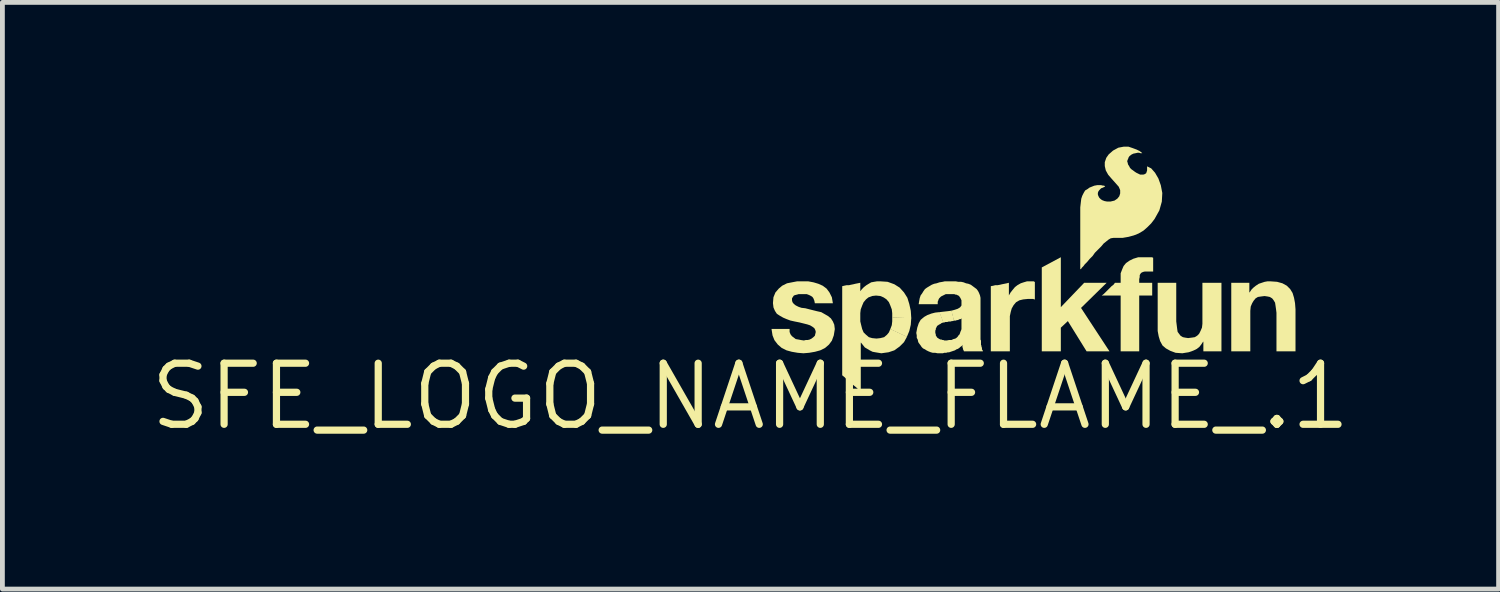
<source format=kicad_pcb>
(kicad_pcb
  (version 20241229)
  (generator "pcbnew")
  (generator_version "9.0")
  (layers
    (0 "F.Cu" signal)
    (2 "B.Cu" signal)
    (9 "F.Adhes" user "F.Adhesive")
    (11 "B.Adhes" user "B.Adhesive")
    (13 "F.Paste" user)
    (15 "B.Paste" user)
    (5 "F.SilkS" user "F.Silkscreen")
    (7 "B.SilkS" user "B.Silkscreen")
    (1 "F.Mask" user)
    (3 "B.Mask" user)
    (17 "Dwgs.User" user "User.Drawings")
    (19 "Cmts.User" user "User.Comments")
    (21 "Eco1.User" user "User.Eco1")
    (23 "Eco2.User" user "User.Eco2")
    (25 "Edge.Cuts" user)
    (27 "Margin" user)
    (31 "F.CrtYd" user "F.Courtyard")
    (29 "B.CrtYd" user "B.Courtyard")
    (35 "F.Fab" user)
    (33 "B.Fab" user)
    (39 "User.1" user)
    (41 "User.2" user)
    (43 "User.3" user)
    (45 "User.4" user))
  (footprint "SFE_LOGO_NAME_FLAME_.1"
    (layer "F.Cu")
    (at 12.556 5.193)
    (property "Reference" "SFE_LOGO_NAME_FLAME_.1" (at 0 0 0) (layer "F.SilkS") (effects (font (size 1.27 1.27) (thickness 0.15))))
    (fp_poly (pts (xy 3.343 -1.632) (xy 3.333 -1.49) (xy 3.302 -1.359) (xy 3.251 -1.237) (xy 2.907 -1.399) (xy 2.938 -1.481) (xy 2.947 -1.56) (xy 2.947 -1.643)) (stroke (width 0) (type default)) (fill yes) (layer "F.SilkS"))
    (fp_poly (pts (xy 6.453 -1.856) (xy 6.939 -2.363) (xy 7.406 -2.363) (xy 6.873 -1.84) (xy 7.465 -0.937) (xy 6.989 -0.937) (xy 6.599 -1.566) (xy 6.453 -1.429) (xy 6.453 -0.937) (xy 6.057 -0.937) (xy 6.057 -2.682) (xy 6.453 -2.894)) (stroke (width 0) (type default)) (fill yes) (layer "F.SilkS"))
    (fp_poly (pts (xy 4.233 -1.579) (xy 4.211 -1.567) (xy 4.19 -1.567) (xy 4.16 -1.557) (xy 4.12 -1.557) (xy 4.09 -1.547) (xy 4.051 -1.547) (xy 4.031 -1.537) (xy 4.008 -1.537) (xy 3.926 -1.752) (xy 4.02 -1.763) (xy 4.11 -1.773) (xy 4.182 -1.783)) (stroke (width 0) (type default)) (fill yes) (layer "F.SilkS"))
    (fp_poly (pts (xy 8.373 -2.882) (xy 8.373 -2.597) (xy 8.2 -2.597) (xy 8.161 -2.588) (xy 8.122 -2.568) (xy 8.102 -2.539) (xy 8.093 -2.519) (xy 8.093 -2.48) (xy 8.083 -2.44) (xy 8.083 -2.363) (xy 8.353 -2.363) (xy 8.353 -2.097) (xy 8.083 -2.097) (xy 8.083 -0.937) (xy 7.697 -0.937) (xy 7.697 -2.097) (xy 7.302 -2.097) (xy 7.348 -2.132) (xy 7.508 -2.292) (xy 7.548 -2.322) (xy 7.579 -2.363) (xy 7.697 -2.363) (xy 7.697 -2.56) (xy 7.728 -2.641) (xy 7.758 -2.711) (xy 7.808 -2.772) (xy 7.879 -2.822) (xy 7.959 -2.862) (xy 8.06 -2.893) (xy 8.351 -2.893)) (stroke (width 0) (type default)) (fill yes) (layer "F.SilkS"))
    (fp_poly (pts (xy 5.901 -2.383) (xy 5.913 -2.383) (xy 5.913 -2.017) (xy 5.899 -2.017) (xy 5.879 -2.027) (xy 5.77 -2.027) (xy 5.67 -2.017) (xy 5.591 -1.998) (xy 5.522 -1.958) (xy 5.472 -1.899) (xy 5.432 -1.829) (xy 5.412 -1.759) (xy 5.393 -1.67) (xy 5.393 -0.937) (xy 4.997 -0.937) (xy 4.997 -2.292) (xy 5.049 -2.302) (xy 5.09 -2.313) (xy 5.14 -2.313) (xy 5.189 -2.322) (xy 5.229 -2.332) (xy 5.28 -2.342) (xy 5.329 -2.352) (xy 5.373 -2.363) (xy 5.373 -2.1) (xy 5.408 -2.161) (xy 5.448 -2.212) (xy 5.498 -2.272) (xy 5.549 -2.312) (xy 5.619 -2.352) (xy 5.679 -2.372) (xy 5.75 -2.393) (xy 5.891 -2.393)) (stroke (width 0) (type default)) (fill yes) (layer "F.SilkS"))
    (fp_poly (pts (xy 8.853 -1.56) (xy 8.863 -1.48) (xy 8.873 -1.4) (xy 8.882 -1.341) (xy 8.912 -1.302) (xy 8.942 -1.262) (xy 8.991 -1.232) (xy 9.04 -1.222) (xy 9.1 -1.213) (xy 9.18 -1.223) (xy 9.239 -1.232) (xy 9.288 -1.262) (xy 9.328 -1.302) (xy 9.358 -1.361) (xy 9.388 -1.431) (xy 9.397 -1.51) (xy 9.397 -2.363) (xy 9.793 -2.363) (xy 9.793 -0.937) (xy 9.417 -0.937) (xy 9.417 -1.137) (xy 9.411 -1.137) (xy 9.372 -1.078) (xy 9.332 -1.028) (xy 9.281 -0.988) (xy 9.221 -0.958) (xy 9.171 -0.938) (xy 9.111 -0.918) (xy 9.04 -0.907) (xy 8.98 -0.897) (xy 8.839 -0.907) (xy 8.729 -0.948) (xy 8.639 -0.998) (xy 8.568 -1.058) (xy 8.518 -1.149) (xy 8.488 -1.249) (xy 8.467 -1.36) (xy 8.467 -2.363) (xy 8.853 -2.363)) (stroke (width 0) (type default)) (fill yes) (layer "F.SilkS"))
    (fp_poly (pts (xy 10.95 -2.383) (xy 11.061 -2.352) (xy 11.152 -2.302) (xy 11.222 -2.232) (xy 11.272 -2.151) (xy 11.302 -2.051) (xy 11.323 -1.94) (xy 11.333 -1.81) (xy 11.333 -0.937) (xy 10.937 -0.937) (xy 10.937 -1.74) (xy 10.927 -1.82) (xy 10.917 -1.89) (xy 10.908 -1.949) (xy 10.878 -1.999) (xy 10.848 -2.038) (xy 10.799 -2.068) (xy 10.75 -2.078) (xy 10.69 -2.087) (xy 10.61 -2.077) (xy 10.551 -2.068) (xy 10.502 -2.038) (xy 10.462 -1.989) (xy 10.432 -1.939) (xy 10.402 -1.869) (xy 10.393 -1.78) (xy 10.393 -0.937) (xy 9.997 -0.937) (xy 9.997 -2.363) (xy 10.373 -2.363) (xy 10.373 -2.163) (xy 10.379 -2.163) (xy 10.418 -2.222) (xy 10.458 -2.262) (xy 10.508 -2.302) (xy 10.569 -2.342) (xy 10.629 -2.362) (xy 10.689 -2.382) (xy 10.75 -2.393) (xy 10.81 -2.393)) (stroke (width 0) (type default)) (fill yes) (layer "F.SilkS"))
    (fp_poly (pts (xy 2.851 -2.383) (xy 2.991 -2.332) (xy 3.102 -2.262) (xy 3.192 -2.162) (xy 3.262 -2.051) (xy 3.302 -1.921) (xy 3.333 -1.78) (xy 3.343 -1.627) (xy 2.947 -1.638) (xy 2.947 -1.73) (xy 2.938 -1.809) (xy 2.908 -1.889) (xy 2.878 -1.959) (xy 2.828 -2.018) (xy 2.769 -2.058) (xy 2.699 -2.088) (xy 2.61 -2.097) (xy 2.531 -2.088) (xy 2.451 -2.058) (xy 2.402 -2.018) (xy 2.352 -1.959) (xy 2.322 -1.889) (xy 2.292 -1.809) (xy 2.283 -1.73) (xy 2.283 -1.56) (xy 2.302 -1.481) (xy 2.322 -1.401) (xy 2.352 -1.331) (xy 2.402 -1.282) (xy 2.461 -1.232) (xy 2.53 -1.212) (xy 2.62 -1.203) (xy 2.7 -1.212) (xy 2.779 -1.232) (xy 2.838 -1.282) (xy 2.878 -1.331) (xy 2.909 -1.403) (xy 3.254 -1.241) (xy 3.192 -1.128) (xy 3.102 -1.038) (xy 2.991 -0.958) (xy 2.871 -0.918) (xy 2.72 -0.897) (xy 2.66 -0.907) (xy 2.6 -0.917) (xy 2.539 -0.928) (xy 2.479 -0.958) (xy 2.429 -0.988) (xy 2.378 -1.018) (xy 2.338 -1.068) (xy 2.299 -1.117) (xy 2.293 -1.117) (xy 2.293 -0.094) (xy 2.198 -0.188) (xy 2.098 -0.268) (xy 2.048 -0.308) (xy 1.998 -0.358) (xy 1.958 -0.398) (xy 1.907 -0.439) (xy 1.907 -2.292) (xy 1.949 -2.302) (xy 2 -2.313) (xy 2.05 -2.313) (xy 2.089 -2.322) (xy 2.139 -2.332) (xy 2.179 -2.342) (xy 2.23 -2.352) (xy 2.283 -2.363) (xy 2.283 -2.187) (xy 2.318 -2.232) (xy 2.358 -2.272) (xy 2.409 -2.312) (xy 2.459 -2.342) (xy 2.509 -2.372) (xy 2.57 -2.383) (xy 2.63 -2.393) (xy 2.7 -2.393)) (stroke (width 0) (type default)) (fill yes) (layer "F.SilkS"))
    (fp_poly (pts (xy 1.311 -2.372) (xy 1.411 -2.342) (xy 1.501 -2.302) (xy 1.582 -2.242) (xy 1.642 -2.161) (xy 1.692 -2.061) (xy 1.713 -1.937) (xy 1.338 -1.937) (xy 1.328 -1.989) (xy 1.308 -2.039) (xy 1.288 -2.068) (xy 1.259 -2.088) (xy 1.219 -2.108) (xy 1.17 -2.127) (xy 1 -2.127) (xy 0.971 -2.118) (xy 0.931 -2.108) (xy 0.902 -2.098) (xy 0.882 -2.069) (xy 0.863 -2.039) (xy 0.863 -2) (xy 0.872 -1.961) (xy 0.902 -1.922) (xy 0.941 -1.892) (xy 1.001 -1.862) (xy 1.061 -1.842) (xy 1.14 -1.833) (xy 1.221 -1.812) (xy 1.301 -1.792) (xy 1.381 -1.772) (xy 1.471 -1.752) (xy 1.541 -1.712) (xy 1.611 -1.672) (xy 1.672 -1.622) (xy 1.712 -1.561) (xy 1.742 -1.491) (xy 1.753 -1.4) (xy 1.732 -1.269) (xy 1.692 -1.159) (xy 1.632 -1.078) (xy 1.551 -1.008) (xy 1.451 -0.958) (xy 1.341 -0.928) (xy 1.22 -0.907) (xy 1.1 -0.897) (xy 0.98 -0.907) (xy 0.859 -0.928) (xy 0.749 -0.958) (xy 0.649 -1.008) (xy 0.568 -1.078) (xy 0.498 -1.169) (xy 0.458 -1.269) (xy 0.437 -1.403) (xy 0.813 -1.403) (xy 0.813 -1.34) (xy 0.832 -1.291) (xy 0.862 -1.252) (xy 0.902 -1.222) (xy 0.941 -1.192) (xy 1 -1.182) (xy 1.05 -1.172) (xy 1.11 -1.163) (xy 1.15 -1.173) (xy 1.19 -1.173) (xy 1.229 -1.182) (xy 1.269 -1.202) (xy 1.308 -1.232) (xy 1.338 -1.261) (xy 1.348 -1.301) (xy 1.357 -1.34) (xy 1.348 -1.379) (xy 1.328 -1.418) (xy 1.289 -1.448) (xy 1.239 -1.478) (xy 1.179 -1.498) (xy 1.099 -1.518) (xy 1.019 -1.538) (xy 0.919 -1.558) (xy 0.829 -1.578) (xy 0.749 -1.608) (xy 0.679 -1.638) (xy 0.609 -1.678) (xy 0.548 -1.718) (xy 0.508 -1.779) (xy 0.478 -1.849) (xy 0.467 -1.94) (xy 0.477 -2.061) (xy 0.518 -2.161) (xy 0.588 -2.242) (xy 0.659 -2.302) (xy 0.759 -2.352) (xy 0.86 -2.372) (xy 0.97 -2.393) (xy 1.2 -2.393)) (stroke (width 0) (type default)) (fill yes) (layer "F.SilkS"))
    (fp_poly (pts (xy 7.951 -5.162) (xy 8.031 -5.132) (xy 8.091 -5.102) (xy 8.132 -5.072) (xy 8.146 -5.057) (xy 8.11 -5.057) (xy 8.08 -5.067) (xy 8.05 -5.067) (xy 8.011 -5.058) (xy 7.961 -5.048) (xy 7.921 -5.028) (xy 7.882 -4.998) (xy 7.862 -4.969) (xy 7.852 -4.939) (xy 7.842 -4.919) (xy 7.833 -4.89) (xy 7.842 -4.861) (xy 7.852 -4.821) (xy 7.872 -4.791) (xy 7.892 -4.752) (xy 7.922 -4.722) (xy 7.951 -4.702) (xy 7.991 -4.672) (xy 8.021 -4.652) (xy 8.101 -4.613) (xy 8.17 -4.613) (xy 8.199 -4.622) (xy 8.228 -4.642) (xy 8.238 -4.671) (xy 8.247 -4.7) (xy 8.247 -4.784) (xy 8.332 -4.742) (xy 8.412 -4.651) (xy 8.482 -4.531) (xy 8.532 -4.391) (xy 8.563 -4.23) (xy 8.553 -4.05) (xy 8.502 -3.869) (xy 8.402 -3.689) (xy 8.332 -3.598) (xy 8.252 -3.518) (xy 8.172 -3.448) (xy 8.071 -3.388) (xy 7.971 -3.348) (xy 7.861 -3.318) (xy 7.74 -3.297) (xy 7.55 -3.297) (xy 7.491 -3.288) (xy 7.441 -3.258) (xy 7.392 -3.218) (xy 7.342 -3.178) (xy 7.292 -3.118) (xy 7.232 -3.058) (xy 7.162 -2.988) (xy 7.112 -2.918) (xy 7.052 -2.858) (xy 7.002 -2.798) (xy 6.952 -2.748) (xy 6.922 -2.708) (xy 6.892 -2.678) (xy 6.871 -2.647) (xy 6.857 -2.647) (xy 6.857 -3.93) (xy 6.867 -4.02) (xy 6.878 -4.111) (xy 6.898 -4.171) (xy 6.928 -4.231) (xy 6.958 -4.282) (xy 7.009 -4.312) (xy 7.049 -4.342) (xy 7.099 -4.362) (xy 7.149 -4.382) (xy 7.21 -4.393) (xy 7.29 -4.393) (xy 7.33 -4.383) (xy 7.351 -4.383) (xy 7.374 -4.371) (xy 7.362 -4.358) (xy 7.341 -4.348) (xy 7.321 -4.338) (xy 7.291 -4.328) (xy 7.252 -4.288) (xy 7.232 -4.259) (xy 7.223 -4.23) (xy 7.223 -4.2) (xy 7.232 -4.171) (xy 7.252 -4.132) (xy 7.282 -4.102) (xy 7.311 -4.082) (xy 7.361 -4.062) (xy 7.41 -4.053) (xy 7.49 -4.053) (xy 7.569 -4.072) (xy 7.628 -4.112) (xy 7.668 -4.161) (xy 7.687 -4.22) (xy 7.687 -4.289) (xy 7.658 -4.359) (xy 7.588 -4.438) (xy 7.508 -4.528) (xy 7.438 -4.609) (xy 7.388 -4.699) (xy 7.367 -4.79) (xy 7.367 -4.87) (xy 7.398 -4.961) (xy 7.448 -5.032) (xy 7.539 -5.112) (xy 7.649 -5.172) (xy 7.76 -5.193) (xy 7.86 -5.193)) (stroke (width 0) (type default)) (fill yes) (layer "F.SilkS"))
    (fp_poly (pts (xy 4.32 -2.383) (xy 4.38 -2.383) (xy 4.431 -2.372) (xy 4.481 -2.352) (xy 4.531 -2.342) (xy 4.581 -2.322) (xy 4.622 -2.292) (xy 4.662 -2.262) (xy 4.702 -2.232) (xy 4.732 -2.191) (xy 4.752 -2.151) (xy 4.772 -2.101) (xy 4.783 -2.05) (xy 4.783 -1.181) (xy 4.793 -1.161) (xy 4.793 -1.071) (xy 4.803 -1.051) (xy 4.803 -1.031) (xy 4.813 -1.011) (xy 4.813 -0.981) (xy 4.822 -0.962) (xy 4.833 -0.951) (xy 4.833 -0.937) (xy 4.437 -0.937) (xy 4.437 -0.949) (xy 4.427 -0.959) (xy 4.427 -0.969) (xy 4.417 -0.979) (xy 4.417 -1.009) (xy 4.407 -1.019) (xy 4.407 -1.072) (xy 4.392 -1.048) (xy 4.362 -1.028) (xy 4.342 -1.008) (xy 4.311 -0.988) (xy 4.281 -0.978) (xy 4.251 -0.958) (xy 4.221 -0.948) (xy 4.161 -0.928) (xy 4.13 -0.917) (xy 4.1 -0.917) (xy 4.07 -0.907) (xy 4.03 -0.907) (xy 4 -0.897) (xy 3.89 -0.897) (xy 3.84 -0.907) (xy 3.79 -0.907) (xy 3.749 -0.918) (xy 3.699 -0.938) (xy 3.659 -0.958) (xy 3.629 -0.978) (xy 3.588 -0.998) (xy 3.558 -1.028) (xy 3.538 -1.059) (xy 3.508 -1.099) (xy 3.488 -1.129) (xy 3.478 -1.179) (xy 3.457 -1.219) (xy 3.457 -1.27) (xy 3.447 -1.32) (xy 3.468 -1.431) (xy 3.498 -1.521) (xy 3.538 -1.592) (xy 3.609 -1.652) (xy 3.679 -1.692) (xy 3.759 -1.722) (xy 3.84 -1.743) (xy 3.932 -1.753) (xy 4.013 -1.538) (xy 3.981 -1.528) (xy 3.962 -1.518) (xy 3.952 -1.508) (xy 3.931 -1.498) (xy 3.912 -1.488) (xy 3.902 -1.478) (xy 3.882 -1.468) (xy 3.853 -1.409) (xy 3.853 -1.389) (xy 3.843 -1.369) (xy 3.843 -1.32) (xy 3.853 -1.29) (xy 3.853 -1.271) (xy 3.862 -1.252) (xy 3.872 -1.242) (xy 3.882 -1.222) (xy 3.902 -1.212) (xy 3.912 -1.202) (xy 3.931 -1.192) (xy 3.951 -1.183) (xy 3.971 -1.183) (xy 3.991 -1.173) (xy 4.011 -1.173) (xy 4.031 -1.163) (xy 4.08 -1.163) (xy 4.13 -1.173) (xy 4.179 -1.173) (xy 4.219 -1.192) (xy 4.259 -1.202) (xy 4.288 -1.222) (xy 4.308 -1.242) (xy 4.328 -1.272) (xy 4.348 -1.291) (xy 4.358 -1.321) (xy 4.368 -1.351) (xy 4.378 -1.371) (xy 4.387 -1.4) (xy 4.387 -1.624) (xy 4.371 -1.607) (xy 4.351 -1.607) (xy 4.311 -1.587) (xy 4.291 -1.587) (xy 4.271 -1.577) (xy 4.228 -1.577) (xy 4.177 -1.782) (xy 4.249 -1.802) (xy 4.309 -1.822) (xy 4.358 -1.852) (xy 4.387 -1.891) (xy 4.387 -1.999) (xy 4.368 -2.039) (xy 4.358 -2.058) (xy 4.348 -2.068) (xy 4.338 -2.088) (xy 4.319 -2.098) (xy 4.279 -2.117) (xy 4.259 -2.117) (xy 4.239 -2.127) (xy 4.061 -2.127) (xy 3.962 -2.078) (xy 3.922 -2.038) (xy 3.912 -2.019) (xy 3.902 -1.989) (xy 3.893 -1.969) (xy 3.893 -1.917) (xy 3.497 -1.917) (xy 3.507 -1.98) (xy 3.518 -2.041) (xy 3.538 -2.101) (xy 3.568 -2.141) (xy 3.598 -2.191) (xy 3.628 -2.232) (xy 3.669 -2.262) (xy 3.719 -2.292) (xy 3.769 -2.322) (xy 3.819 -2.342) (xy 3.869 -2.352) (xy 3.929 -2.372) (xy 3.99 -2.382) (xy 4.04 -2.393) (xy 4.27 -2.393)) (stroke (width 0) (type default)) (fill yes) (layer "F.SilkS")))
  (gr_rect
    (start -3 -3)
    (end 28.112 9.199)
    (stroke (width 0.1) (type default))
    (fill no)
    (layer "Edge.Cuts")))
</source>
